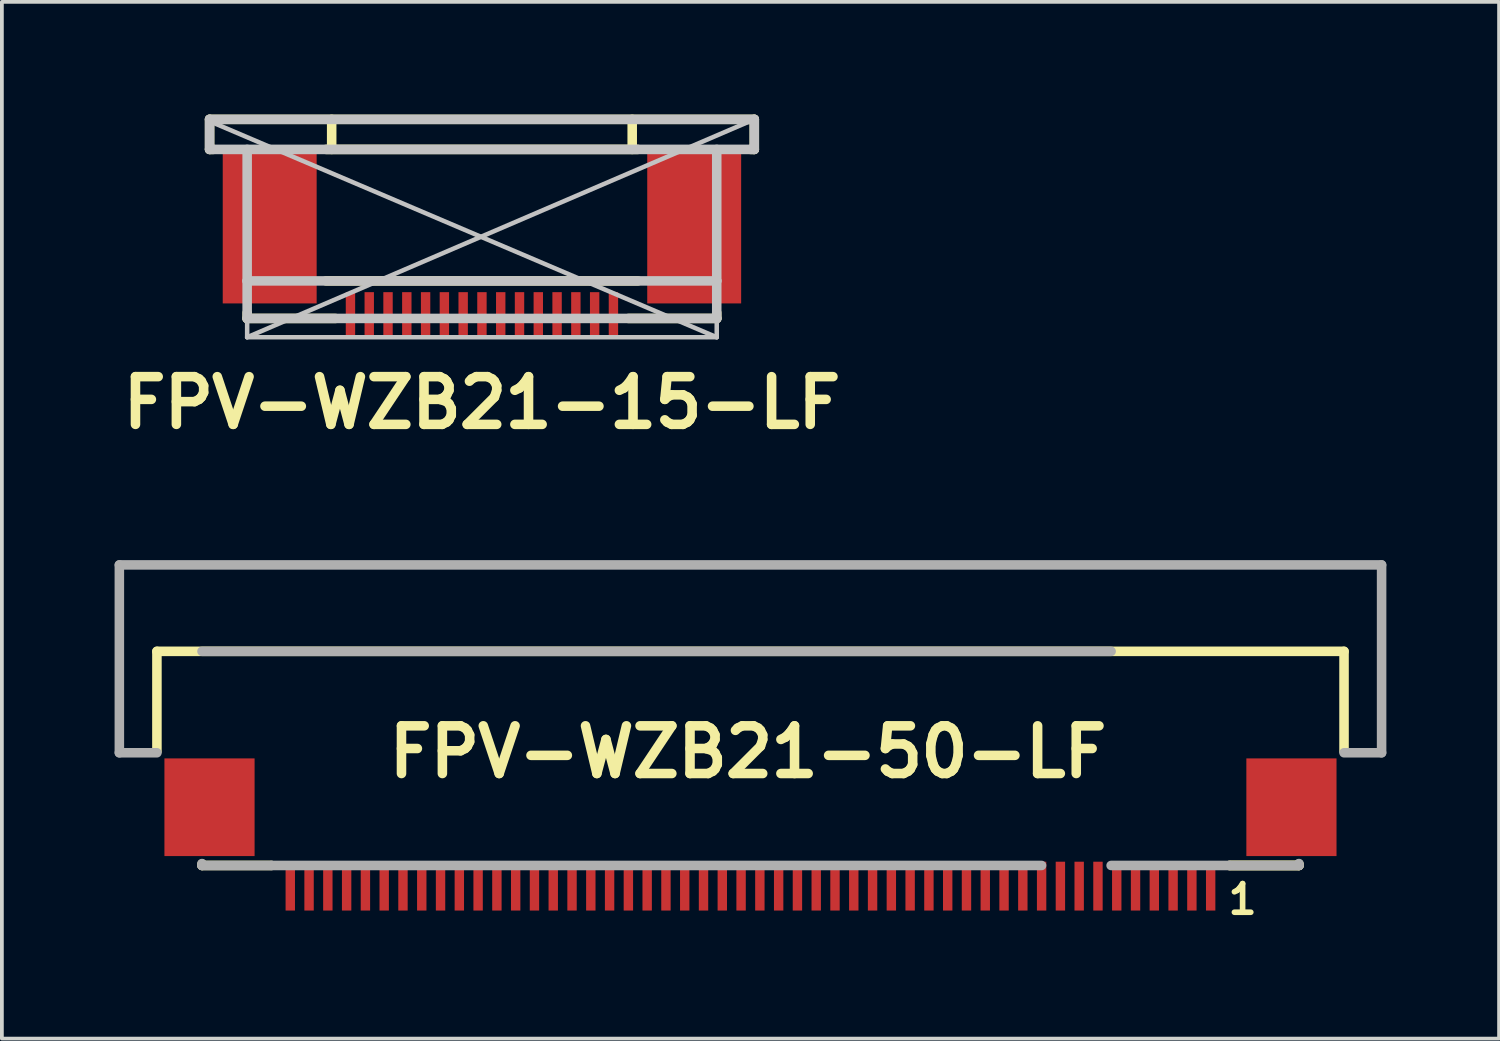
<source format=kicad_pcb>
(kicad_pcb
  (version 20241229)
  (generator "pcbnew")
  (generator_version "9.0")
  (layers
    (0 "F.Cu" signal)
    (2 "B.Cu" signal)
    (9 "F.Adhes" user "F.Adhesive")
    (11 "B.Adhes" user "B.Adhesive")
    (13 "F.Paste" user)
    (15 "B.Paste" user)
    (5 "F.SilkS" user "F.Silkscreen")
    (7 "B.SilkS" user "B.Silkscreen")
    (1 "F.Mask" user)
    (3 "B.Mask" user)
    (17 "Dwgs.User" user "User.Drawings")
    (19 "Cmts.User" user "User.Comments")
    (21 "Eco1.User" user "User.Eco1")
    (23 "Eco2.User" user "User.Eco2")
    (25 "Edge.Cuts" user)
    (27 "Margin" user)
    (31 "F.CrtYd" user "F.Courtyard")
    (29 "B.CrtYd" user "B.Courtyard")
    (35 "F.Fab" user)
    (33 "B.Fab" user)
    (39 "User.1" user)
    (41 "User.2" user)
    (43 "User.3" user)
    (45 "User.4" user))
  (footprint "FPV-WZB21-15-LF"
    (layer "F.Cu")
    (at 9.779 3.227)
    (property "Reference" "FPV-WZB21-15-LF" (at 0 4.445 0) (layer "F.SilkS") (effects (font (size 1.27 1.27) (thickness 0.254))))
    (attr smd)
    (fp_line (start -7.25 -3.1) (end 7.25 -3.1) (stroke (width 0.254) (type solid)) (layer "F.SilkS"))
    (fp_line (start -7.25 -2.3) (end -7.25 -3.1) (stroke (width 0.254) (type solid)) (layer "F.SilkS"))
    (fp_line (start -7.25 -2.3) (end -7.15 -2.3) (stroke (width 0.254) (type solid)) (layer "F.SilkS"))
    (fp_line (start -6.25 2.05) (end -6.25 2.2) (stroke (width 0.254) (type solid)) (layer "F.SilkS"))
    (fp_line (start -6.25 2.2) (end -3.9 2.2) (stroke (width 0.254) (type solid)) (layer "F.SilkS"))
    (fp_line (start -4.15 1.2) (end 4.15 1.2) (stroke (width 0.254) (type solid)) (layer "F.SilkS"))
    (fp_line (start -4 -2.3) (end -4 -3.1) (stroke (width 0.254) (type solid)) (layer "F.SilkS"))
    (fp_line (start 3.9 2.2) (end 6.25 2.2) (stroke (width 0.254) (type solid)) (layer "F.SilkS"))
    (fp_line (start 4 -2.3) (end 4 -3.1) (stroke (width 0.254) (type solid)) (layer "F.SilkS"))
    (fp_line (start 4.15 -2.3) (end -4.15 -2.3) (stroke (width 0.254) (type solid)) (layer "F.SilkS"))
    (fp_line (start 6.25 2.2) (end 6.25 2.05) (stroke (width 0.254) (type solid)) (layer "F.SilkS"))
    (fp_line (start 7.25 -3.1) (end 7.25 -2.3) (stroke (width 0.254) (type solid)) (layer "F.SilkS"))
    (fp_line (start 7.25 -2.3) (end 7.15 -2.3) (stroke (width 0.254) (type solid)) (layer "F.SilkS"))
    (fp_line (start -7.25 -3.1) (end -7.25 -2.3) (stroke (width 0.254) (type solid)) (layer "Dwgs.User"))
    (fp_line (start -7.25 -3.1) (end 7.25 -3.1) (stroke (width 0.254) (type solid)) (layer "Dwgs.User"))
    (fp_line (start -7.25 -2.3) (end 7.25 -2.3) (stroke (width 0.254) (type solid)) (layer "Dwgs.User"))
    (fp_line (start -6.25 1.2) (end -6.25 -2.3) (stroke (width 0.254) (type solid)) (layer "Dwgs.User"))
    (fp_line (start -6.25 1.2) (end -6.25 2.2) (stroke (width 0.254) (type solid)) (layer "Dwgs.User"))
    (fp_line (start -6.25 1.2) (end 6.25 1.2) (stroke (width 0.254) (type solid)) (layer "Dwgs.User"))
    (fp_line (start -6.25 2.2) (end -6.25 2.7) (stroke (width 0.12) (type solid)) (layer "Dwgs.User"))
    (fp_line (start -6.25 2.2) (end 6.25 2.2) (stroke (width 0.254) (type solid)) (layer "Dwgs.User"))
    (fp_line (start -6.25 2.7) (end 6.25 2.7) (stroke (width 0.12) (type solid)) (layer "Dwgs.User"))
    (fp_line (start 6.25 1.2) (end 6.25 -2.3) (stroke (width 0.254) (type solid)) (layer "Dwgs.User"))
    (fp_line (start 6.25 1.2) (end 6.25 2.2) (stroke (width 0.254) (type solid)) (layer "Dwgs.User"))
    (fp_line (start 6.25 2.7) (end -7.25 -3.05) (stroke (width 0.12) (type solid)) (layer "Dwgs.User"))
    (fp_line (start 6.25 2.7) (end 6.25 2.2) (stroke (width 0.12) (type solid)) (layer "Dwgs.User"))
    (fp_line (start 7.25 -3.1) (end -6.25 2.7) (stroke (width 0.12) (type solid)) (layer "Dwgs.User"))
    (fp_line (start 7.25 -2.3) (end 7.25 -3.1) (stroke (width 0.254) (type solid)) (layer "Dwgs.User"))
    (pad "0" smd rect (at -5.65 -0.25) (size 2.5 4.1) (layers "F.Cu" "F.Mask" "F.Paste"))
    (pad "0" smd rect (at 5.65 -0.25) (size 2.5 4.1) (layers "F.Cu" "F.Mask" "F.Paste"))
    (pad "1" smd rect (at -3.5 2.1) (size 0.25 1.2) (layers "F.Cu" "F.Mask" "F.Paste"))
    (pad "2" smd rect (at -3 2.1) (size 0.25 1.2) (layers "F.Cu" "F.Mask" "F.Paste"))
    (pad "3" smd rect (at -2.5 2.1) (size 0.25 1.2) (layers "F.Cu" "F.Mask" "F.Paste"))
    (pad "4" smd rect (at -2 2.1) (size 0.25 1.2) (layers "F.Cu" "F.Mask" "F.Paste"))
    (pad "5" smd rect (at -1.5 2.1) (size 0.25 1.2) (layers "F.Cu" "F.Mask" "F.Paste"))
    (pad "6" smd rect (at -1 2.1) (size 0.25 1.2) (layers "F.Cu" "F.Mask" "F.Paste"))
    (pad "7" smd rect (at -0.5 2.1) (size 0.25 1.2) (layers "F.Cu" "F.Mask" "F.Paste"))
    (pad "8" smd rect (at 0 2.1) (size 0.25 1.2) (layers "F.Cu" "F.Mask" "F.Paste"))
    (pad "9" smd rect (at 0.5 2.1) (size 0.25 1.2) (layers "F.Cu" "F.Mask" "F.Paste"))
    (pad "10" smd rect (at 1 2.1) (size 0.25 1.2) (layers "F.Cu" "F.Mask" "F.Paste"))
    (pad "11" smd rect (at 1.5 2.1) (size 0.25 1.2) (layers "F.Cu" "F.Mask" "F.Paste"))
    (pad "12" smd rect (at 2 2.1) (size 0.25 1.2) (layers "F.Cu" "F.Mask" "F.Paste"))
    (pad "13" smd rect (at 2.5 2.1) (size 0.25 1.2) (layers "F.Cu" "F.Mask" "F.Paste"))
    (pad "14" smd rect (at 3 2.1) (size 0.25 1.2) (layers "F.Cu" "F.Mask" "F.Paste"))
    (pad "15" smd rect (at 3.5 2.1) (size 0.25 1.2) (layers "F.Cu" "F.Mask" "F.Paste")))
  (footprint "FPV-WZB21-50-LF"
    (layer "F.Cu")
    (at 16.927 17.788)
    (property "Reference" "FPV-WZB21-50-LF" (at -0.067 -0.822 0) (layer "F.SilkS") (effects (font (size 1.27 1.27) (thickness 0.254))))
    (attr smd)
    (fp_line (start -15.8 -3.5) (end 15.8 -3.5) (stroke (width 0.254) (type solid)) (layer "F.SilkS"))
    (fp_line (start -15.8 -0.84) (end -15.8 -3.5) (stroke (width 0.254) (type solid)) (layer "F.SilkS"))
    (fp_line (start -14.6 2.2) (end -14.6 2.16) (stroke (width 0.254) (type solid)) (layer "F.SilkS"))
    (fp_line (start -12.75 2.2) (end -14.6 2.2) (stroke (width 0.254) (type solid)) (layer "F.SilkS"))
    (fp_line (start 14.6 2.16) (end 14.6 2.2) (stroke (width 0.254) (type solid)) (layer "F.SilkS"))
    (fp_line (start 14.6 2.2) (end 12.75 2.2) (stroke (width 0.254) (type solid)) (layer "F.SilkS"))
    (fp_line (start 14.6 2.2) (end 12.75 2.2) (stroke (width 0.254) (type solid)) (layer "F.SilkS"))
    (fp_line (start 15.8 -3.5) (end 15.8 -0.84) (stroke (width 0.254) (type solid)) (layer "F.SilkS"))
    (fp_line (start -16.8 -5.8) (end 16.8 -5.8) (stroke (width 0.254) (type solid)) (layer "F.Fab"))
    (fp_line (start -16.8 -0.8) (end -16.8 -5.8) (stroke (width 0.254) (type solid)) (layer "F.Fab"))
    (fp_line (start -15.8 -0.8) (end -16.8 -0.8) (stroke (width 0.254) (type solid)) (layer "F.Fab"))
    (fp_line (start -14.6 2.15) (end -14.6 2.2) (stroke (width 0.254) (type solid)) (layer "F.Fab"))
    (fp_line (start -14.6 2.2) (end -12.75 2.2) (stroke (width 0.254) (type solid)) (layer "F.Fab"))
    (fp_line (start 7.749 2.2) (end -12.749 2.2) (stroke (width 0.254) (type solid)) (layer "F.Fab"))
    (fp_line (start 9.6 -3.5) (end -14.6 -3.5) (stroke (width 0.254) (type solid)) (layer "F.Fab"))
    (fp_line (start 9.6 2.2) (end 12.75 2.2) (stroke (width 0.254) (type solid)) (layer "F.Fab"))
    (fp_line (start 14.6 2.15) (end 14.6 2.2) (stroke (width 0.254) (type solid)) (layer "F.Fab"))
    (fp_line (start 14.6 2.2) (end 12.75 2.2) (stroke (width 0.254) (type solid)) (layer "F.Fab"))
    (fp_line (start 16.8 -5.8) (end 16.8 -0.8) (stroke (width 0.254) (type solid)) (layer "F.Fab"))
    (fp_line (start 16.8 -0.8) (end 15.8 -0.8) (stroke (width 0.254) (type solid)) (layer "F.Fab"))
    (fp_text user "1" (at 13.1 3.1 0) (layer "F.SilkS") (effects (font (size 0.762 0.762) (thickness 0.15))))
    (pad "0" smd rect (at -14.4 0.65 180) (size 2.4 2.6) (layers "F.Cu" "F.Mask" "F.Paste"))
    (pad "0" smd rect (at 14.4 0.65 180) (size 2.4 2.6) (layers "F.Cu" "F.Mask" "F.Paste"))
    (pad "1" smd rect (at 12.25 2.75 180) (size 0.25 1.3) (layers "F.Cu" "F.Mask" "F.Paste"))
    (pad "2" smd rect (at 11.75 2.75 180) (size 0.25 1.3) (layers "F.Cu" "F.Mask" "F.Paste"))
    (pad "3" smd rect (at 11.25 2.75 180) (size 0.25 1.3) (layers "F.Cu" "F.Mask" "F.Paste"))
    (pad "4" smd rect (at 10.75 2.75 180) (size 0.25 1.3) (layers "F.Cu" "F.Mask" "F.Paste"))
    (pad "5" smd rect (at 10.25 2.75 180) (size 0.25 1.3) (layers "F.Cu" "F.Mask" "F.Paste"))
    (pad "6" smd rect (at 9.75 2.75 180) (size 0.25 1.3) (layers "F.Cu" "F.Mask" "F.Paste"))
    (pad "7" smd rect (at 9.25 2.75 180) (size 0.25 1.3) (layers "F.Cu" "F.Mask" "F.Paste"))
    (pad "8" smd rect (at 8.75 2.75 180) (size 0.25 1.3) (layers "F.Cu" "F.Mask" "F.Paste"))
    (pad "9" smd rect (at 8.25 2.75 180) (size 0.25 1.3) (layers "F.Cu" "F.Mask" "F.Paste"))
    (pad "10" smd rect (at 7.75 2.75 180) (size 0.25 1.3) (layers "F.Cu" "F.Mask" "F.Paste"))
    (pad "11" smd rect (at 7.25 2.75 180) (size 0.25 1.3) (layers "F.Cu" "F.Mask" "F.Paste"))
    (pad "12" smd rect (at 6.75 2.75 180) (size 0.25 1.3) (layers "F.Cu" "F.Mask" "F.Paste"))
    (pad "13" smd rect (at 6.25 2.75 180) (size 0.25 1.3) (layers "F.Cu" "F.Mask" "F.Paste"))
    (pad "14" smd rect (at 5.75 2.75 180) (size 0.25 1.3) (layers "F.Cu" "F.Mask" "F.Paste"))
    (pad "15" smd rect (at 5.25 2.75 180) (size 0.25 1.3) (layers "F.Cu" "F.Mask" "F.Paste"))
    (pad "16" smd rect (at 4.75 2.75 180) (size 0.25 1.3) (layers "F.Cu" "F.Mask" "F.Paste"))
    (pad "17" smd rect (at 4.25 2.75 180) (size 0.25 1.3) (layers "F.Cu" "F.Mask" "F.Paste"))
    (pad "18" smd rect (at 3.75 2.75 180) (size 0.25 1.3) (layers "F.Cu" "F.Mask" "F.Paste"))
    (pad "19" smd rect (at 3.25 2.75 180) (size 0.25 1.3) (layers "F.Cu" "F.Mask" "F.Paste"))
    (pad "20" smd rect (at 2.75 2.75 180) (size 0.25 1.3) (layers "F.Cu" "F.Mask" "F.Paste"))
    (pad "21" smd rect (at 2.25 2.75 180) (size 0.25 1.3) (layers "F.Cu" "F.Mask" "F.Paste"))
    (pad "22" smd rect (at 1.75 2.75 180) (size 0.25 1.3) (layers "F.Cu" "F.Mask" "F.Paste"))
    (pad "23" smd rect (at 1.25 2.75 180) (size 0.25 1.3) (layers "F.Cu" "F.Mask" "F.Paste"))
    (pad "24" smd rect (at 0.75 2.75 180) (size 0.25 1.3) (layers "F.Cu" "F.Mask" "F.Paste"))
    (pad "25" smd rect (at 0.25 2.75 180) (size 0.25 1.3) (layers "F.Cu" "F.Mask" "F.Paste"))
    (pad "26" smd rect (at -0.25 2.75 180) (size 0.25 1.3) (layers "F.Cu" "F.Mask" "F.Paste"))
    (pad "27" smd rect (at -0.75 2.75 180) (size 0.25 1.3) (layers "F.Cu" "F.Mask" "F.Paste"))
    (pad "28" smd rect (at -1.25 2.75 180) (size 0.25 1.3) (layers "F.Cu" "F.Mask" "F.Paste"))
    (pad "29" smd rect (at -1.75 2.75 180) (size 0.25 1.3) (layers "F.Cu" "F.Mask" "F.Paste"))
    (pad "30" smd rect (at -2.25 2.75 180) (size 0.25 1.3) (layers "F.Cu" "F.Mask" "F.Paste"))
    (pad "31" smd rect (at -2.75 2.75 180) (size 0.25 1.3) (layers "F.Cu" "F.Mask" "F.Paste"))
    (pad "32" smd rect (at -3.25 2.75 180) (size 0.25 1.3) (layers "F.Cu" "F.Mask" "F.Paste"))
    (pad "33" smd rect (at -3.75 2.75 180) (size 0.25 1.3) (layers "F.Cu" "F.Mask" "F.Paste"))
    (pad "34" smd rect (at -4.25 2.75 180) (size 0.25 1.3) (layers "F.Cu" "F.Mask" "F.Paste"))
    (pad "35" smd rect (at -4.75 2.75 180) (size 0.25 1.3) (layers "F.Cu" "F.Mask" "F.Paste"))
    (pad "36" smd rect (at -5.25 2.75 180) (size 0.25 1.3) (layers "F.Cu" "F.Mask" "F.Paste"))
    (pad "37" smd rect (at -5.75 2.75 180) (size 0.25 1.3) (layers "F.Cu" "F.Mask" "F.Paste"))
    (pad "38" smd rect (at -6.25 2.75 180) (size 0.25 1.3) (layers "F.Cu" "F.Mask" "F.Paste"))
    (pad "39" smd rect (at -6.75 2.75 180) (size 0.25 1.3) (layers "F.Cu" "F.Mask" "F.Paste"))
    (pad "40" smd rect (at -7.25 2.75 180) (size 0.25 1.3) (layers "F.Cu" "F.Mask" "F.Paste"))
    (pad "41" smd rect (at -7.75 2.75 180) (size 0.25 1.3) (layers "F.Cu" "F.Mask" "F.Paste"))
    (pad "42" smd rect (at -8.25 2.75 180) (size 0.25 1.3) (layers "F.Cu" "F.Mask" "F.Paste"))
    (pad "43" smd rect (at -8.75 2.75 180) (size 0.25 1.3) (layers "F.Cu" "F.Mask" "F.Paste"))
    (pad "44" smd rect (at -9.25 2.75 180) (size 0.25 1.3) (layers "F.Cu" "F.Mask" "F.Paste"))
    (pad "45" smd rect (at -9.75 2.75 180) (size 0.25 1.3) (layers "F.Cu" "F.Mask" "F.Paste"))
    (pad "46" smd rect (at -10.25 2.75 180) (size 0.25 1.3) (layers "F.Cu" "F.Mask" "F.Paste"))
    (pad "47" smd rect (at -10.75 2.75 180) (size 0.25 1.3) (layers "F.Cu" "F.Mask" "F.Paste"))
    (pad "48" smd rect (at -11.25 2.75 180) (size 0.25 1.3) (layers "F.Cu" "F.Mask" "F.Paste"))
    (pad "49" smd rect (at -11.75 2.75 180) (size 0.25 1.3) (layers "F.Cu" "F.Mask" "F.Paste"))
    (pad "50" smd rect (at -12.25 2.75 180) (size 0.25 1.3) (layers "F.Cu" "F.Mask" "F.Paste")))
  (gr_rect
    (start -3 -3)
    (end 36.854 24.597)
    (stroke (width 0.1) (type default))
    (fill no)
    (layer "Edge.Cuts")))
</source>
